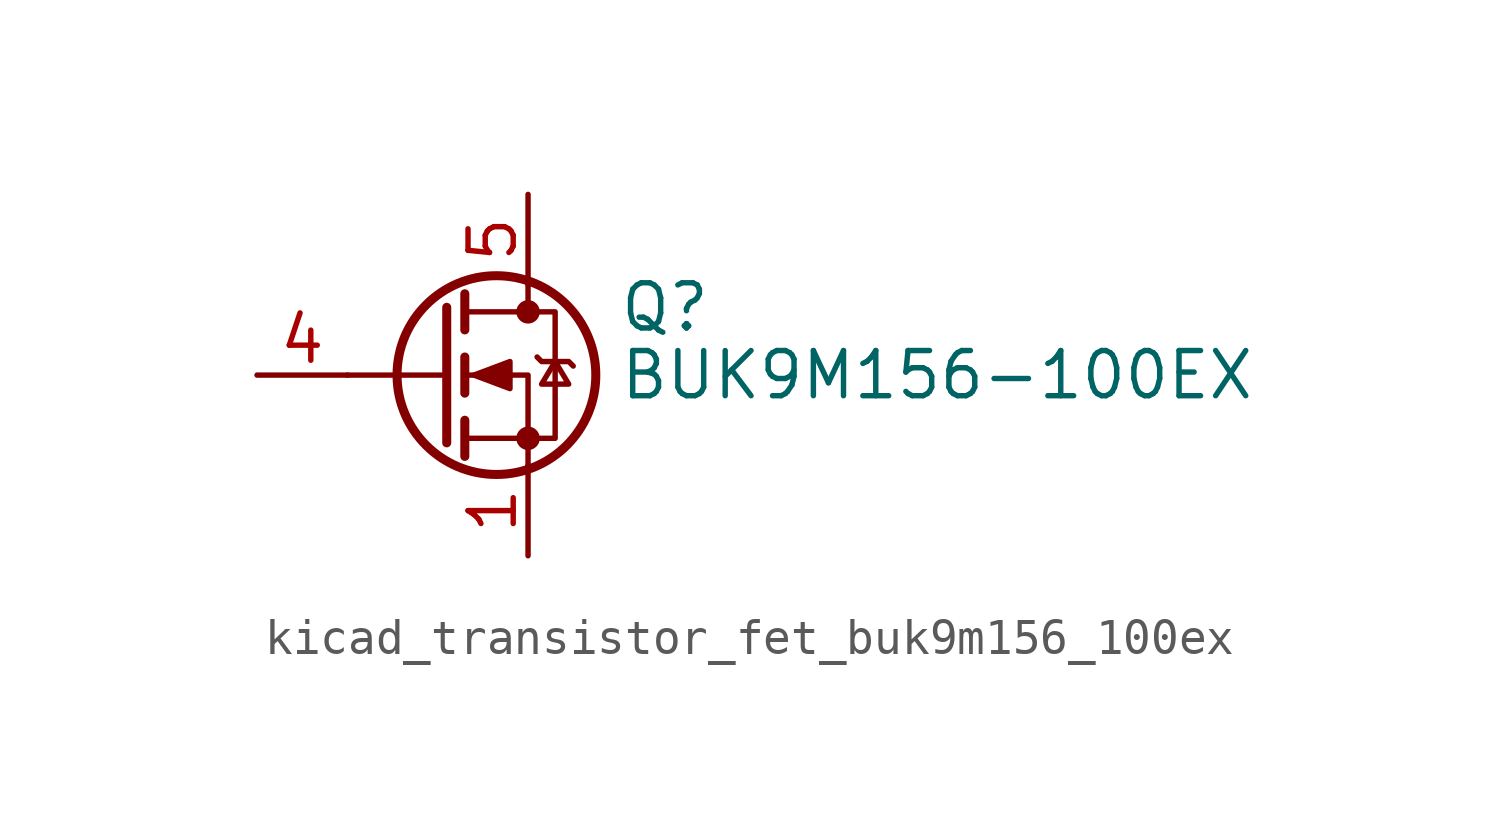
<source format=kicad_sym>
(kicad_symbol_lib
  (version 20220914)
  (generator kicad_symbol_editor)
  (symbol "kicad_transistor_fet_buk9m156_100ex"
    (pin_names hide)
    (property "Reference" "Q"
      (at 5.08 1.905 0)
      (effects (font (size 1.27 1.27)) (justify left)))
    (property "Value" "BUK9M156-100EX"
      (at 5.08 0 0)
      (effects (font (size 1.27 1.27)) (justify left)))
    (symbol "kicad_transistor_fet_buk9m156_100ex_0_1"
      (polyline (pts (xy 0.254 0) (xy -2.54 0)) (stroke (width 0) (type default)) (fill (type none)))
      (polyline (pts (xy 0.254 1.905) (xy 0.254 -1.905)) (stroke (width 0.254) (type default)) (fill (type none)))
      (polyline (pts (xy 0.762 -1.27) (xy 0.762 -2.286)) (stroke (width 0.254) (type default)) (fill (type none)))
      (polyline (pts (xy 0.762 0.508) (xy 0.762 -0.508)) (stroke (width 0.254) (type default)) (fill (type none)))
      (polyline (pts (xy 0.762 2.286) (xy 0.762 1.27)) (stroke (width 0.254) (type default)) (fill (type none)))
      (polyline (pts (xy 2.54 2.54) (xy 2.54 1.778)) (stroke (width 0) (type default)) (fill (type none)))
      (polyline (pts (xy 2.54 -2.54) (xy 2.54 0) (xy 0.762 0)) (stroke (width 0) (type default)) (fill (type none)))
      (polyline (pts (xy 0.762 -1.778) (xy 3.302 -1.778) (xy 3.302 1.778) (xy 0.762 1.778)) (stroke (width 0) (type default)) (fill (type none)))
      (polyline (pts (xy 1.016 0) (xy 2.032 0.381) (xy 2.032 -0.381) (xy 1.016 0)) (stroke (width 0) (type default)) (fill (type outline)))
      (polyline (pts (xy 2.794 0.508) (xy 2.921 0.381) (xy 3.683 0.381) (xy 3.81 0.254)) (stroke (width 0) (type default)) (fill (type none)))
      (polyline (pts (xy 3.302 0.381) (xy 2.921 -0.254) (xy 3.683 -0.254) (xy 3.302 0.381)) (stroke (width 0) (type default)) (fill (type none)))
      (circle (center 1.651 0) (radius 2.794) (stroke (width 0.254) (type default)) (fill (type none)))
      (circle (center 2.54 -1.778) (radius 0.254) (stroke (width 0) (type default)) (fill (type outline)))
      (circle (center 2.54 1.778) (radius 0.254) (stroke (width 0) (type default)) (fill (type outline))))
    (symbol "kicad_transistor_fet_buk9m156_100ex_1_1"
      (pin passive line (at 2.54 -5.08 90) (length 2.54) (name "S" (effects (font (size 1.27 1.27)))) (number "1" (effects (font (size 1.27 1.27)))))
      (pin passive line (at 2.54 -5.08 90) (length 2.54) hide (name "S" (effects (font (size 1.27 1.27)))) (number "2" (effects (font (size 1.27 1.27)))))
      (pin passive line (at 2.54 -5.08 90) (length 2.54) hide (name "S" (effects (font (size 1.27 1.27)))) (number "3" (effects (font (size 1.27 1.27)))))
      (pin passive line (at -5.08 0 0) (length 2.54) (name "G" (effects (font (size 1.27 1.27)))) (number "4" (effects (font (size 1.27 1.27)))))
      (pin passive line (at 2.54 5.08 270) (length 2.54) (name "D" (effects (font (size 1.27 1.27)))) (number "5" (effects (font (size 1.27 1.27))))))))
</source>
